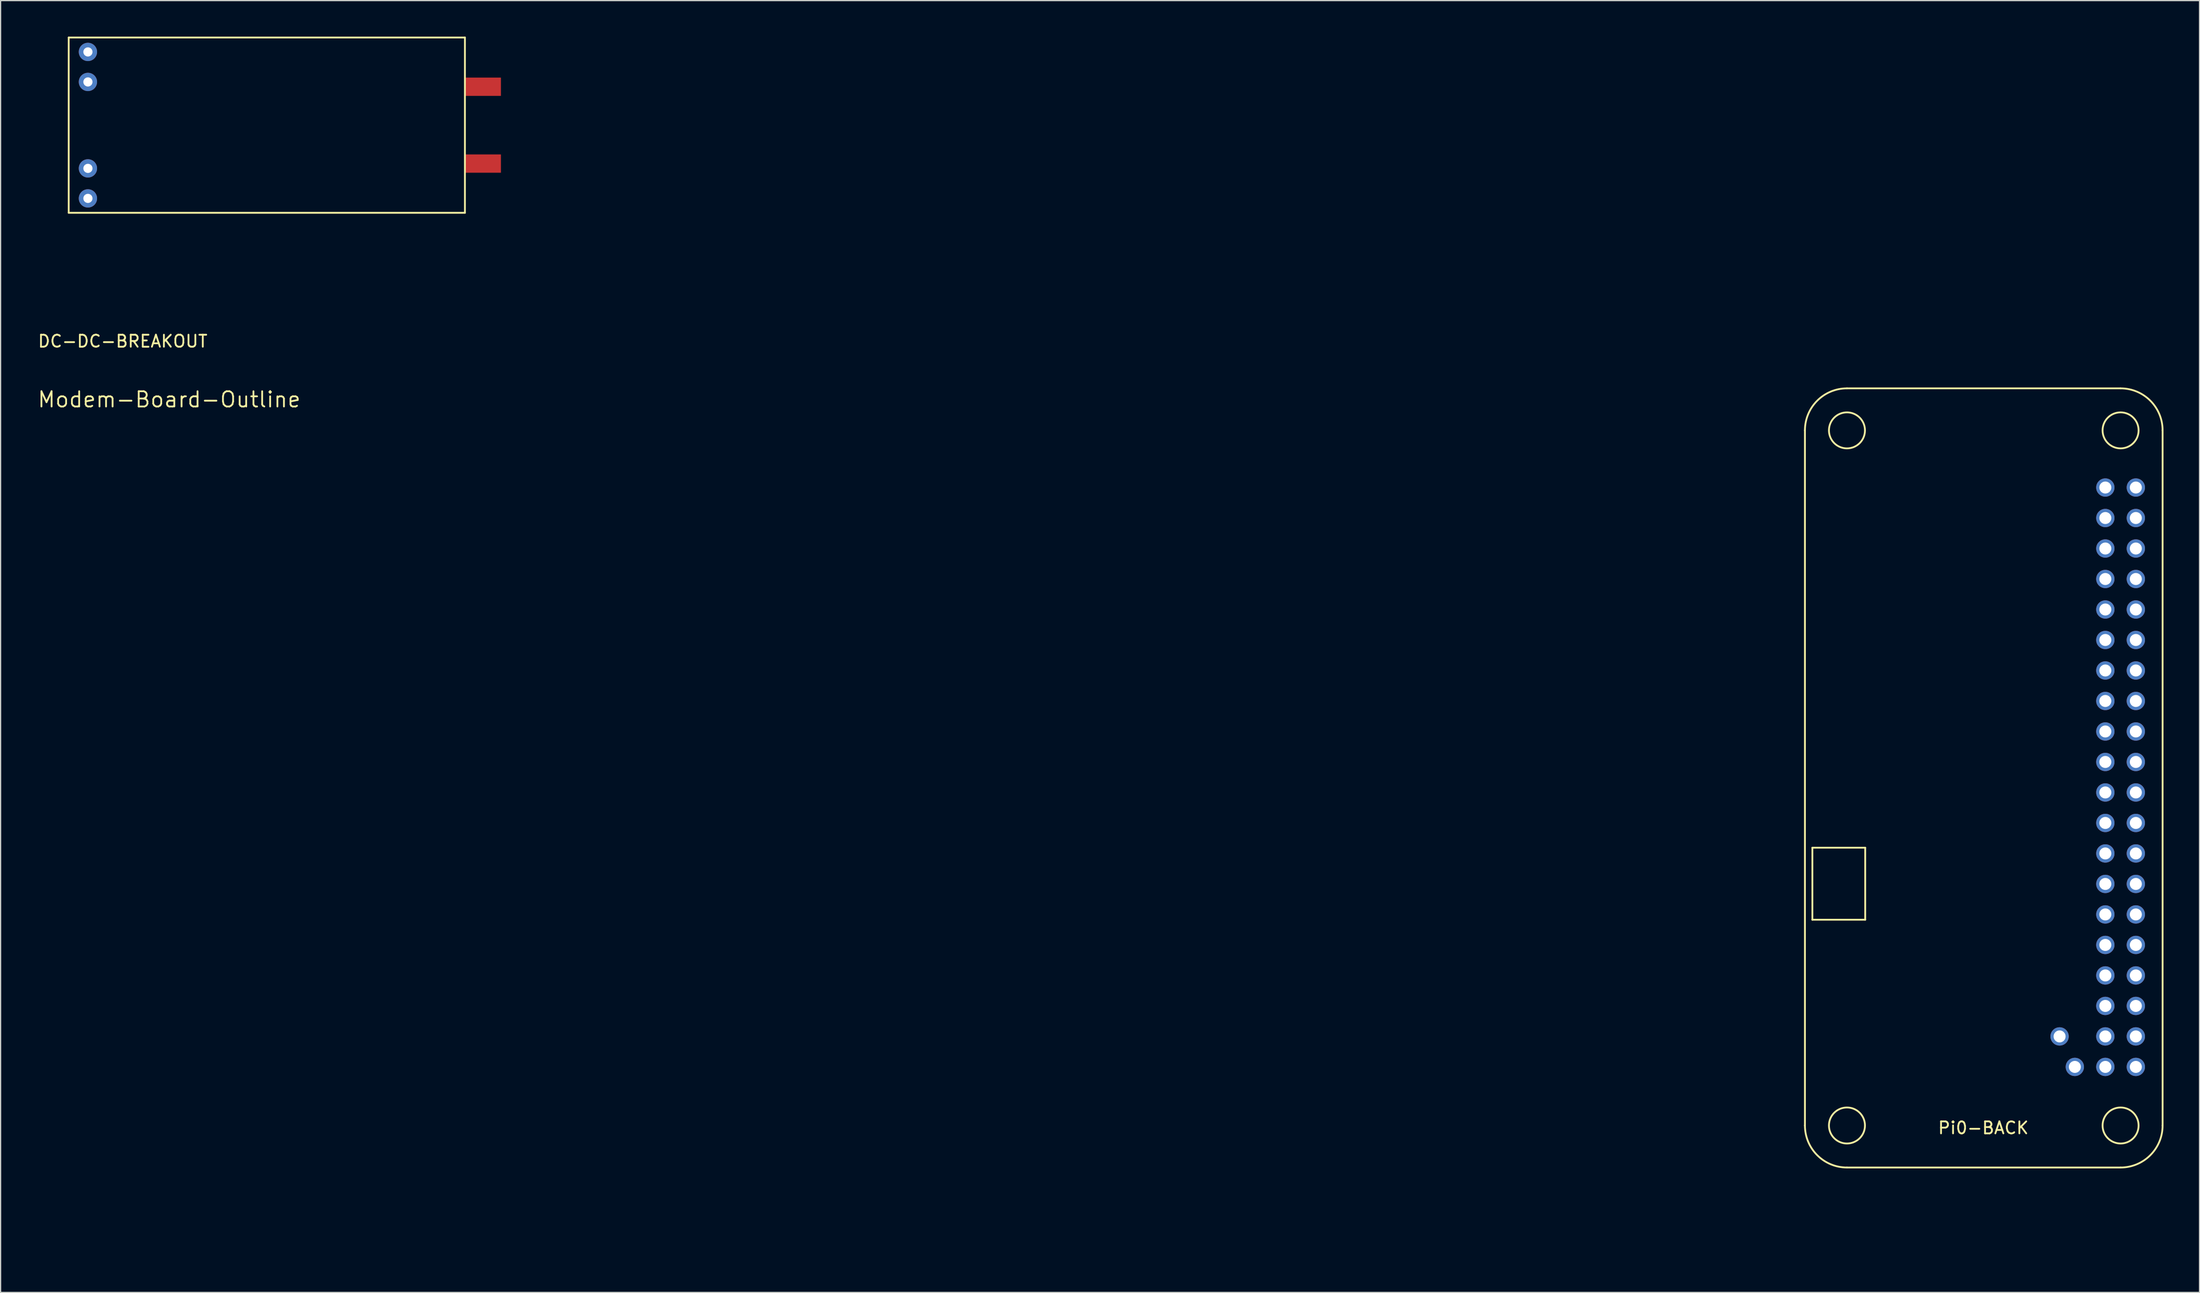
<source format=kicad_pcb>
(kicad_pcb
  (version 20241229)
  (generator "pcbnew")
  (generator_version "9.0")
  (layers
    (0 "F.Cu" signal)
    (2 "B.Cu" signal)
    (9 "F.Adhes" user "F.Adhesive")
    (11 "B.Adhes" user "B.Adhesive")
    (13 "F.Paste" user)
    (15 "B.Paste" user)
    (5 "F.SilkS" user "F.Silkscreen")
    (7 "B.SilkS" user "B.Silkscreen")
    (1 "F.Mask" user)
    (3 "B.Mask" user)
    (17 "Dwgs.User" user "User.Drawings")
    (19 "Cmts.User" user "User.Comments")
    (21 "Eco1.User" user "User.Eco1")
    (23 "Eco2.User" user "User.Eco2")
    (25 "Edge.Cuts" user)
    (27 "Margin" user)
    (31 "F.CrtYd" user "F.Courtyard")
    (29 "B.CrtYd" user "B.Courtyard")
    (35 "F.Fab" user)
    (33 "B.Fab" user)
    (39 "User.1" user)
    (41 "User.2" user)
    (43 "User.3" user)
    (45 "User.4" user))
  (footprint "Modem-Board-Outline"
    (layer "F.Cu")
    (at 11.044 30.229)
    (property "Reference" "Modem-Board-Outline" (at 0 0 0) (layer "F.SilkS") (effects (font (size 1.27 1.27) (thickness 0.15))))
    (attr through_hole)
    (fp_line (start 93.062 57.273) (end 96.762 57.273) (stroke (width 0.2) (type solid)) (layer "Eco1.User"))
    (fp_line (start 93.062 71.273) (end 93.062 57.273) (stroke (width 0.2) (type solid)) (layer "Eco1.User"))
    (fp_line (start 96.062 38.273) (end 130.062 38.273) (stroke (width 0.2) (type solid)) (layer "Eco1.User"))
    (fp_line (start 96.762 40.773) (end 93.062 40.773) (stroke (width 0.2) (type solid)) (layer "Eco1.User"))
    (fp_line (start 96.762 57.273) (end 96.762 40.773) (stroke (width 0.2) (type solid)) (layer "Eco1.User"))
    (fp_line (start 133.062 41.273) (end 133.062 71.273) (stroke (width 0.2) (type solid)) (layer "Eco1.User"))
    (fp_line (start 133.062 71.273) (end 93.062 71.273) (stroke (width 0.2) (type solid)) (layer "Eco1.User"))
    (fp_arc (start 93.062 41.2728) (mid 93.94068 39.15148) (end 96.062 38.2728) (stroke (width 0.15) (type solid)) (layer "Eco1.User"))
    (fp_arc (start 130.062 38.2728) (mid 132.18332 39.15148) (end 133.062 41.2728) (stroke (width 0.15) (type solid)) (layer "Eco1.User"))
    (fp_circle (center 99.06 46.025) (end 99.314 45.669) (stroke (width 0.15) (type solid)) (fill no) (layer "Eco1.User"))
    (fp_circle (center 99.06 48.565) (end 99.365 48.26) (stroke (width 0.15) (type solid)) (fill no) (layer "Eco1.User"))
    (fp_circle (center 99.06 51.085) (end 99.314 50.729) (stroke (width 0.15) (type solid)) (fill no) (layer "Eco1.User"))
    (fp_circle (center 99.06 53.645) (end 99.365 53.34) (stroke (width 0.15) (type solid)) (fill no) (layer "Eco1.User"))
    (fp_circle (center 99.06 56.185) (end 99.416 55.931) (stroke (width 0.15) (type solid)) (fill no) (layer "Eco1.User"))
    (fp_circle (center 99.06 58.725) (end 99.466 58.522) (stroke (width 0.15) (type solid)) (fill no) (layer "Eco1.User"))
    (fp_circle (center 120.752 46.025) (end 120.955 46.431) (stroke (width 0.15) (type solid)) (fill no) (layer "Eco1.User"))
    (fp_circle (center 120.752 48.565) (end 121.107 48.87) (stroke (width 0.15) (type solid)) (fill no) (layer "Eco1.User"))
    (fp_circle (center 120.752 51.105) (end 121.107 51.41) (stroke (width 0.15) (type solid)) (fill no) (layer "Eco1.User"))
    (fp_circle (center 120.752 53.645) (end 121.158 53.848) (stroke (width 0.15) (type solid)) (fill no) (layer "Eco1.User"))
    (fp_circle (center 120.752 56.185) (end 120.752 55.728) (stroke (width 0.15) (type solid)) (fill no) (layer "Eco1.User"))
    (fp_circle (center 124.257 67.158) (end 124.46 66.853) (stroke (width 0.15) (type solid)) (fill no) (layer "Eco1.User"))
    (fp_circle (center 124.257 69.19) (end 124.511 68.885) (stroke (width 0.15) (type solid)) (fill no) (layer "Eco1.User")))
  (footprint "DC-DC-BREAKOUT"
    (layer "F.Cu")
    (at 19.173 7.375)
    (property "Reference" "DC-DC-BREAKOUT" (at -12 18 0) (layer "F.SilkS") (effects (font (size 1 1) (thickness 0.15))))
    (attr through_hole)
    (fp_line (start -16.5 -7.3) (end -16.5 7.3) (stroke (width 0.15) (type solid)) (layer "F.SilkS"))
    (fp_line (start -16.5 7.3) (end 16.5 7.3) (stroke (width 0.15) (type solid)) (layer "F.SilkS"))
    (fp_line (start 16.5 -7.3) (end -16.5 -7.3) (stroke (width 0.15) (type solid)) (layer "F.SilkS"))
    (fp_line (start 16.5 7.3) (end 16.5 -7.3) (stroke (width 0.15) (type solid)) (layer "F.SilkS"))
    (pad "1" thru_hole circle (at -14.9 -6.1) (size 1.524 1.524) (drill 0.762) (layers "*.Cu" "*.Mask"))
    (pad "1" thru_hole circle (at -14.9 -3.6) (size 1.524 1.524) (drill 0.762) (layers "*.Cu" "*.Mask"))
    (pad "2" thru_hole circle (at -14.9 3.6) (size 1.524 1.524) (drill 0.762) (layers "*.Cu" "*.Mask"))
    (pad "2" thru_hole circle (at -14.9 6.1) (size 1.524 1.524) (drill 0.762) (layers "*.Cu" "*.Mask"))
    (pad "3" smd rect (at 18 -3.2) (size 3 1.524) (layers "F.Cu" "F.Mask" "F.Paste"))
    (pad "4" smd rect (at 18 3.2) (size 3 1.524) (layers "F.Cu" "F.Mask" "F.Paste")))
  (footprint "Pi0-BACK"
    (layer "F.Cu")
    (at 172.301 37.558)
    (property "Reference" "Pi0-BACK" (at -10.16 53.34 0) (layer "F.SilkS") (effects (font (size 1 1) (thickness 0.15))))
    (attr through_hole)
    (fp_line (start -25.02 53.14) (end -25.02 -4.76) (stroke (width 0.15) (type solid)) (layer "F.SilkS"))
    (fp_line (start -24.4 30) (end -20 30) (stroke (width 0.15) (type solid)) (layer "F.SilkS"))
    (fp_line (start -24.4 36) (end -24.4 30) (stroke (width 0.15) (type solid)) (layer "F.SilkS"))
    (fp_line (start -21.52 -8.26) (end 1.27 -8.26) (stroke (width 0.15) (type solid)) (layer "F.SilkS"))
    (fp_line (start -21.52 56.64) (end 1.27 56.64) (stroke (width 0.15) (type solid)) (layer "F.SilkS"))
    (fp_line (start -20 30) (end -20 36) (stroke (width 0.15) (type solid)) (layer "F.SilkS"))
    (fp_line (start -20 36) (end -24.4 36) (stroke (width 0.15) (type solid)) (layer "F.SilkS"))
    (fp_line (start 4.77 -4.76) (end 4.77 53.14) (stroke (width 0.15) (type solid)) (layer "F.SilkS"))
    (fp_arc (start -25.02 -4.76) (mid -23.994874 -7.234874) (end -21.52 -8.26) (stroke (width 0.15) (type solid)) (layer "F.SilkS"))
    (fp_arc (start -21.52 56.64) (mid -23.994874 55.614874) (end -25.02 53.14) (stroke (width 0.15) (type solid)) (layer "F.SilkS"))
    (fp_arc (start 1.27 -8.26) (mid 3.744874 -7.234874) (end 4.77 -4.76) (stroke (width 0.15) (type solid)) (layer "F.SilkS"))
    (fp_arc (start 4.77 53.14) (mid 3.744874 55.614874) (end 1.27 56.64) (stroke (width 0.15) (type solid)) (layer "F.SilkS"))
    (fp_circle (center -21.52 -4.76) (end -21.52 -6.26) (stroke (width 0.15) (type solid)) (fill no) (layer "F.SilkS"))
    (fp_circle (center -21.52 53.14) (end -21.52 54.64) (stroke (width 0.15) (type solid)) (fill no) (layer "F.SilkS"))
    (fp_circle (center 1.27 -4.76) (end 1.27 -6.26) (stroke (width 0.15) (type solid)) (fill no) (layer "F.SilkS"))
    (fp_circle (center 1.27 53.14) (end 2.77 53.14) (stroke (width 0.15) (type solid)) (fill no) (layer "F.SilkS"))
    (pad "1" thru_hole circle (at 0 0) (size 1.524 1.524) (drill 1) (layers "*.Cu" "*.Mask"))
    (pad "2" thru_hole circle (at 2.54 0) (size 1.524 1.524) (drill 1) (layers "*.Cu" "*.Mask"))
    (pad "3" thru_hole circle (at 0 2.54) (size 1.524 1.524) (drill 1) (layers "*.Cu" "*.Mask"))
    (pad "4" thru_hole circle (at 2.54 2.54) (size 1.524 1.524) (drill 1) (layers "*.Cu" "*.Mask"))
    (pad "5" thru_hole circle (at 0 5.08) (size 1.524 1.524) (drill 1) (layers "*.Cu" "*.Mask"))
    (pad "6" thru_hole circle (at 2.54 5.08) (size 1.524 1.524) (drill 1) (layers "*.Cu" "*.Mask"))
    (pad "7" thru_hole circle (at 0 7.62) (size 1.524 1.524) (drill 1) (layers "*.Cu" "*.Mask"))
    (pad "8" thru_hole circle (at 2.54 7.62) (size 1.524 1.524) (drill 1) (layers "*.Cu" "*.Mask"))
    (pad "9" thru_hole circle (at 0 10.16) (size 1.524 1.524) (drill 1) (layers "*.Cu" "*.Mask"))
    (pad "10" thru_hole circle (at 2.54 10.16) (size 1.524 1.524) (drill 1) (layers "*.Cu" "*.Mask"))
    (pad "11" thru_hole circle (at 0 12.7) (size 1.524 1.524) (drill 1) (layers "*.Cu" "*.Mask"))
    (pad "12" thru_hole circle (at 2.54 12.7) (size 1.524 1.524) (drill 1) (layers "*.Cu" "*.Mask"))
    (pad "13" thru_hole circle (at 0 15.24) (size 1.524 1.524) (drill 1) (layers "*.Cu" "*.Mask"))
    (pad "14" thru_hole circle (at 2.54 15.24) (size 1.524 1.524) (drill 1) (layers "*.Cu" "*.Mask"))
    (pad "15" thru_hole circle (at 0 17.78) (size 1.524 1.524) (drill 1) (layers "*.Cu" "*.Mask"))
    (pad "16" thru_hole circle (at 2.54 17.78) (size 1.524 1.524) (drill 1) (layers "*.Cu" "*.Mask"))
    (pad "17" thru_hole circle (at 0 20.32) (size 1.524 1.524) (drill 1) (layers "*.Cu" "*.Mask"))
    (pad "18" thru_hole circle (at 2.54 20.32) (size 1.524 1.524) (drill 1) (layers "*.Cu" "*.Mask"))
    (pad "19" thru_hole circle (at 0 22.86) (size 1.524 1.524) (drill 1) (layers "*.Cu" "*.Mask"))
    (pad "20" thru_hole circle (at 2.54 22.86) (size 1.524 1.524) (drill 1) (layers "*.Cu" "*.Mask"))
    (pad "21" thru_hole circle (at 0 25.4) (size 1.524 1.524) (drill 1) (layers "*.Cu" "*.Mask"))
    (pad "22" thru_hole circle (at 2.54 25.4) (size 1.524 1.524) (drill 1) (layers "*.Cu" "*.Mask"))
    (pad "23" thru_hole circle (at 0 27.94) (size 1.524 1.524) (drill 1) (layers "*.Cu" "*.Mask"))
    (pad "24" thru_hole circle (at 2.54 27.94) (size 1.524 1.524) (drill 1) (layers "*.Cu" "*.Mask"))
    (pad "25" thru_hole circle (at 0 30.48) (size 1.524 1.524) (drill 1) (layers "*.Cu" "*.Mask"))
    (pad "26" thru_hole circle (at 2.54 30.48) (size 1.524 1.524) (drill 1) (layers "*.Cu" "*.Mask"))
    (pad "27" thru_hole circle (at 0 33.02) (size 1.524 1.524) (drill 1) (layers "*.Cu" "*.Mask"))
    (pad "28" thru_hole circle (at 2.54 33.02) (size 1.524 1.524) (drill 1) (layers "*.Cu" "*.Mask"))
    (pad "29" thru_hole circle (at 0 35.56) (size 1.524 1.524) (drill 1) (layers "*.Cu" "*.Mask"))
    (pad "30" thru_hole circle (at 2.54 35.56) (size 1.524 1.524) (drill 1) (layers "*.Cu" "*.Mask"))
    (pad "31" thru_hole circle (at 0 38.1) (size 1.524 1.524) (drill 1) (layers "*.Cu" "*.Mask"))
    (pad "32" thru_hole circle (at 2.54 38.1) (size 1.524 1.524) (drill 1) (layers "*.Cu" "*.Mask"))
    (pad "33" thru_hole circle (at 0 40.64) (size 1.524 1.524) (drill 1) (layers "*.Cu" "*.Mask"))
    (pad "34" thru_hole circle (at 2.54 40.64) (size 1.524 1.524) (drill 1) (layers "*.Cu" "*.Mask"))
    (pad "35" thru_hole circle (at 0 43.18) (size 1.524 1.524) (drill 1) (layers "*.Cu" "*.Mask"))
    (pad "36" thru_hole circle (at 2.54 43.18) (size 1.524 1.524) (drill 1) (layers "*.Cu" "*.Mask"))
    (pad "37" thru_hole circle (at 0 45.72) (size 1.524 1.524) (drill 1) (layers "*.Cu" "*.Mask"))
    (pad "38" thru_hole circle (at 2.54 45.72) (size 1.524 1.524) (drill 1) (layers "*.Cu" "*.Mask"))
    (pad "39" thru_hole circle (at 0 48.26) (size 1.524 1.524) (drill 1) (layers "*.Cu" "*.Mask"))
    (pad "40" thru_hole circle (at 2.54 48.26) (size 1.524 1.524) (drill 1) (layers "*.Cu" "*.Mask"))
    (pad "42" thru_hole circle (at -2.54 48.26) (size 1.524 1.524) (drill 1) (layers "*.Cu" "*.Mask"))
    (pad "43" thru_hole circle (at -3.81 45.72) (size 1.524 1.524) (drill 1) (layers "*.Cu" "*.Mask")))
  (gr_rect
    (start -3 -3)
    (end 180.146 104.602)
    (stroke (width 0.1) (type default))
    (fill no)
    (layer "Edge.Cuts")))
</source>
